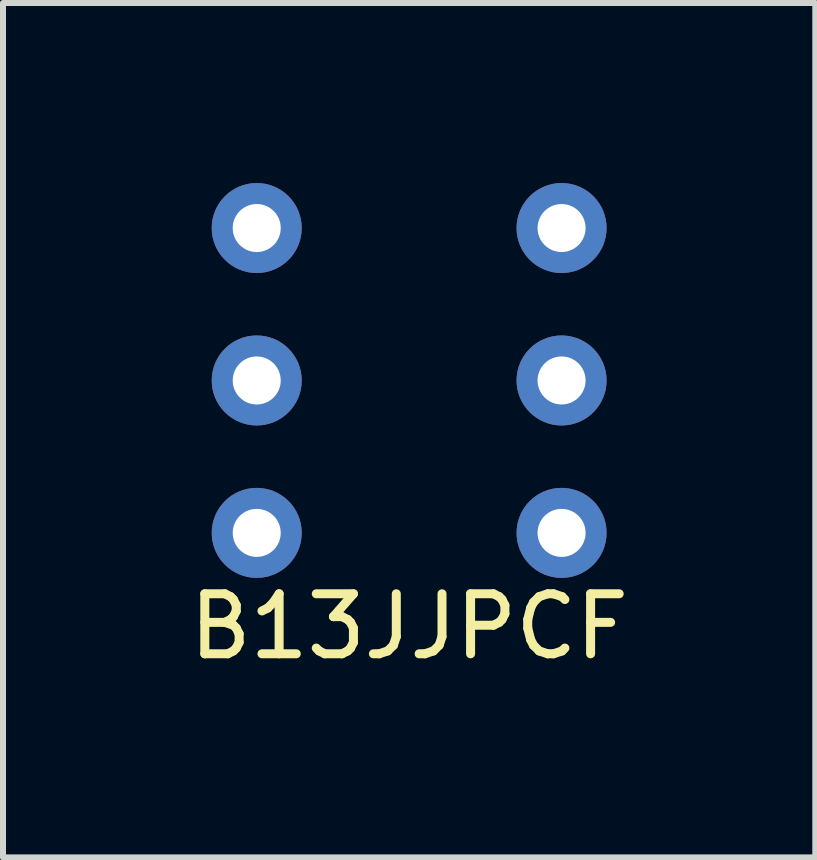
<source format=kicad_pcb>
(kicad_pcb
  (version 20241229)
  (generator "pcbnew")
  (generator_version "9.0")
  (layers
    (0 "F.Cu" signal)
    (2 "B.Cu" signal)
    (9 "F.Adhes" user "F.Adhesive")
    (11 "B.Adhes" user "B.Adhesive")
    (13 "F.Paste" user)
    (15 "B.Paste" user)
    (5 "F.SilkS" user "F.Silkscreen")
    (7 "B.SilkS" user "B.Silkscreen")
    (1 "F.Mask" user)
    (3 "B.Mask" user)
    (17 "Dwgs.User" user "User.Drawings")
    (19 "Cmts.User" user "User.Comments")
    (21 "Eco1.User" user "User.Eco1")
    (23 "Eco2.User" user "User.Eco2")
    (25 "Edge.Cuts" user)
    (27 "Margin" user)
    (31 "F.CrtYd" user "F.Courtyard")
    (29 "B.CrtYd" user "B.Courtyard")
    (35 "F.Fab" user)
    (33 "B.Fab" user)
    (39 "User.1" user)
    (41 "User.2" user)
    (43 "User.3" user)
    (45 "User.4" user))
  (footprint "B13JJPCF"
    (layer "F.Cu")
    (at 3.768 3.29)
    (property "Reference" "B13JJPCF" (at 0 4.1 0) (layer "F.SilkS") (effects (font (size 1 1) (thickness 0.15))))
    (attr through_hole)
    (pad "1" thru_hole circle (at 2.54 -2.54) (size 1.5 1.5) (drill 0.8) (layers "*.Cu" "*.Mask"))
    (pad "2" thru_hole circle (at 2.54 0) (size 1.5 1.5) (drill 0.8) (layers "*.Cu" "*.Mask"))
    (pad "3" thru_hole circle (at 2.54 2.54) (size 1.5 1.5) (drill 0.8) (layers "*.Cu" "*.Mask"))
    (pad "4" thru_hole circle (at -2.54 -2.54) (size 1.5 1.5) (drill 0.8) (layers "*.Cu" "*.Mask"))
    (pad "5" thru_hole circle (at -2.54 0) (size 1.5 1.5) (drill 0.8) (layers "*.Cu" "*.Mask"))
    (pad "6" thru_hole circle (at -2.54 2.54) (size 1.5 1.5) (drill 0.8) (layers "*.Cu" "*.Mask")))
  (gr_rect
    (start -3 -3)
    (end 10.536 11.238)
    (stroke (width 0.1) (type default))
    (fill no)
    (layer "Edge.Cuts")))
</source>
